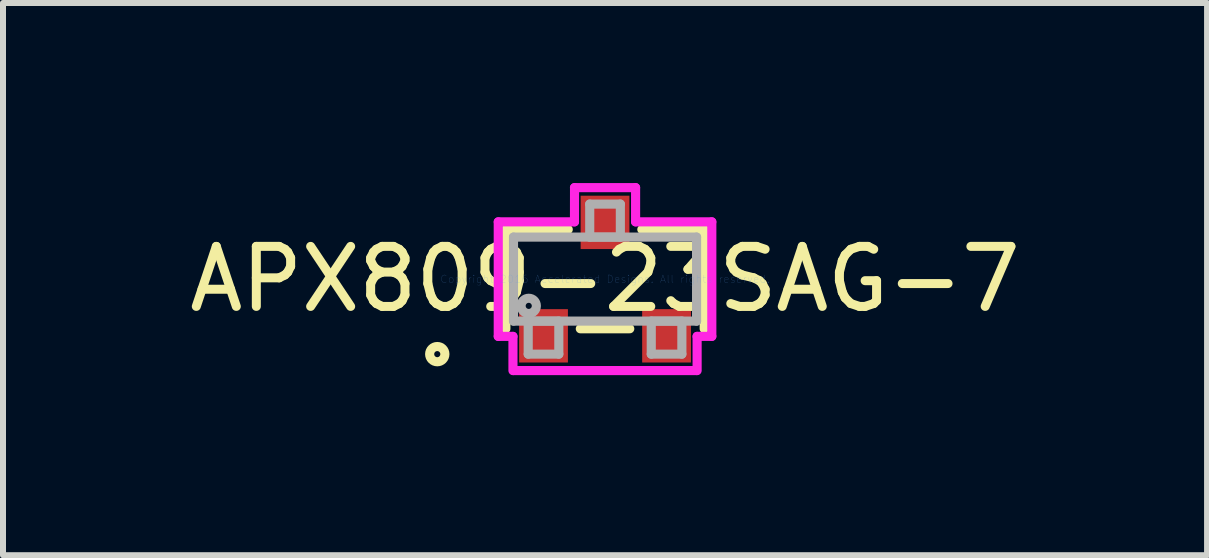
<source format=kicad_pcb>
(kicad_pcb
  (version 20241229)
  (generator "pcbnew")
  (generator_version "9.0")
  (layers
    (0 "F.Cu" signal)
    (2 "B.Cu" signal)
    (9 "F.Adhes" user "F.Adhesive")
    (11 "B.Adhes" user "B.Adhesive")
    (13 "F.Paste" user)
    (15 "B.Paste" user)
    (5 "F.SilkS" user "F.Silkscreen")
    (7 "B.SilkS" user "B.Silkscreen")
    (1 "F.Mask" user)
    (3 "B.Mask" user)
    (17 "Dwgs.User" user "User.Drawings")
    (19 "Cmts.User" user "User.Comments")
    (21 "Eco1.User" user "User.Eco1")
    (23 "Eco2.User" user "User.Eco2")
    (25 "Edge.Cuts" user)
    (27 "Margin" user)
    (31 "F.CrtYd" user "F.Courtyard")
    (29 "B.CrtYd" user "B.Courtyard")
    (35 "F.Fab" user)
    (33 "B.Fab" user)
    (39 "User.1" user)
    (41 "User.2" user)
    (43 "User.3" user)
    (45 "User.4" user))
  (footprint "APX809-23SAG-7"
    (layer "F.Cu")
    (at 7.03 1.6)
    (property "Reference" "APX809-23SAG-7" (at 0 0 0) (layer "F.SilkS") (effects (font (size 1 1) (thickness 0.15))))
    (attr through_hole)
    (fp_line (start -1.652 -0.827) (end -1.652 0.827) (stroke (width 0.152) (type solid)) (layer "F.SilkS"))
    (fp_line (start -0.613 -0.827) (end -1.652 -0.827) (stroke (width 0.152) (type solid)) (layer "F.SilkS"))
    (fp_line (start -0.412 0.827) (end 0.412 0.827) (stroke (width 0.152) (type solid)) (layer "F.SilkS"))
    (fp_line (start 1.652 -0.827) (end 0.613 -0.827) (stroke (width 0.152) (type solid)) (layer "F.SilkS"))
    (fp_line (start 1.652 0.827) (end 1.652 -0.827) (stroke (width 0.152) (type solid)) (layer "F.SilkS"))
    (fp_circle (center -2.795 1.25) (end -2.668 1.25) (stroke (width 0.152) (type solid)) (fill no) (layer "F.SilkS"))
    (fp_line (start -1.779 -0.954) (end -0.509 -0.954) (stroke (width 0.152) (type solid)) (layer "F.CrtYd"))
    (fp_line (start -1.779 0.954) (end -1.779 -0.954) (stroke (width 0.152) (type solid)) (layer "F.CrtYd"))
    (fp_line (start -1.779 0.954) (end -1.534 0.954) (stroke (width 0.152) (type solid)) (layer "F.CrtYd"))
    (fp_line (start -1.534 0.954) (end -1.534 1.524) (stroke (width 0.152) (type solid)) (layer "F.CrtYd"))
    (fp_line (start -1.524 1.524) (end 1.524 1.524) (stroke (width 0.152) (type solid)) (layer "F.CrtYd"))
    (fp_line (start -0.509 -1.524) (end 0.509 -1.524) (stroke (width 0.152) (type solid)) (layer "F.CrtYd"))
    (fp_line (start -0.509 -0.954) (end -0.508 -1.524) (stroke (width 0.152) (type solid)) (layer "F.CrtYd"))
    (fp_line (start 0.509 -0.954) (end 0.509 -1.524) (stroke (width 0.152) (type solid)) (layer "F.CrtYd"))
    (fp_line (start 1.534 0.954) (end 1.534 1.524) (stroke (width 0.152) (type solid)) (layer "F.CrtYd"))
    (fp_line (start 1.779 -0.954) (end 0.509 -0.954) (stroke (width 0.152) (type solid)) (layer "F.CrtYd"))
    (fp_line (start 1.779 -0.954) (end 1.779 0.954) (stroke (width 0.152) (type solid)) (layer "F.CrtYd"))
    (fp_line (start 1.779 0.954) (end 1.534 0.954) (stroke (width 0.152) (type solid)) (layer "F.CrtYd"))
    (fp_line (start -1.525 -0.7) (end -1.525 0.7) (stroke (width 0.152) (type solid)) (layer "F.Fab"))
    (fp_line (start -1.525 0.7) (end 1.525 0.7) (stroke (width 0.152) (type solid)) (layer "F.Fab"))
    (fp_line (start -1.28 0.7) (end -1.28 1.25) (stroke (width 0.152) (type solid)) (layer "F.Fab"))
    (fp_line (start -1.28 1.25) (end -0.77 1.25) (stroke (width 0.152) (type solid)) (layer "F.Fab"))
    (fp_line (start -0.77 0.7) (end -1.28 0.7) (stroke (width 0.152) (type solid)) (layer "F.Fab"))
    (fp_line (start -0.77 1.25) (end -0.77 0.7) (stroke (width 0.152) (type solid)) (layer "F.Fab"))
    (fp_line (start -0.255 -1.25) (end -0.255 -0.7) (stroke (width 0.152) (type solid)) (layer "F.Fab"))
    (fp_line (start -0.255 -0.7) (end 0.255 -0.7) (stroke (width 0.152) (type solid)) (layer "F.Fab"))
    (fp_line (start 0.255 -1.25) (end -0.255 -1.25) (stroke (width 0.152) (type solid)) (layer "F.Fab"))
    (fp_line (start 0.255 -0.7) (end 0.255 -1.25) (stroke (width 0.152) (type solid)) (layer "F.Fab"))
    (fp_line (start 0.77 0.7) (end 0.77 1.25) (stroke (width 0.152) (type solid)) (layer "F.Fab"))
    (fp_line (start 0.77 1.25) (end 1.28 1.25) (stroke (width 0.152) (type solid)) (layer "F.Fab"))
    (fp_line (start 1.28 0.7) (end 0.77 0.7) (stroke (width 0.152) (type solid)) (layer "F.Fab"))
    (fp_line (start 1.28 1.25) (end 1.28 0.7) (stroke (width 0.152) (type solid)) (layer "F.Fab"))
    (fp_line (start 1.525 -0.7) (end -1.525 -0.7) (stroke (width 0.152) (type solid)) (layer "F.Fab"))
    (fp_line (start 1.525 0.7) (end 1.525 -0.7) (stroke (width 0.152) (type solid)) (layer "F.Fab"))
    (fp_circle (center -1.271 0.446) (end -1.144 0.446) (stroke (width 0.152) (type solid)) (fill no) (layer "F.Fab"))
    (fp_text user "Copyright 2016 Accelerated Designs. All rights reserved." (at 0 0 0) (layer "Cmts.User") (effects (font (size 0.127 0.127) (thickness 0.002))))
    (pad "1" smd rect (at -1.025 0.945) (size 0.813 0.889) (layers "F.Cu" "F.Mask" "F.Paste"))
    (pad "2" smd rect (at 1.025 0.945) (size 0.813 0.889) (layers "F.Cu" "F.Mask" "F.Paste"))
    (pad "3" smd rect (at 0 -0.945) (size 0.813 0.889) (layers "F.Cu" "F.Mask" "F.Paste")))
  (gr_rect
    (start -3 -3)
    (end 17.06 6.2)
    (stroke (width 0.1) (type default))
    (fill no)
    (layer "Edge.Cuts")))
</source>
